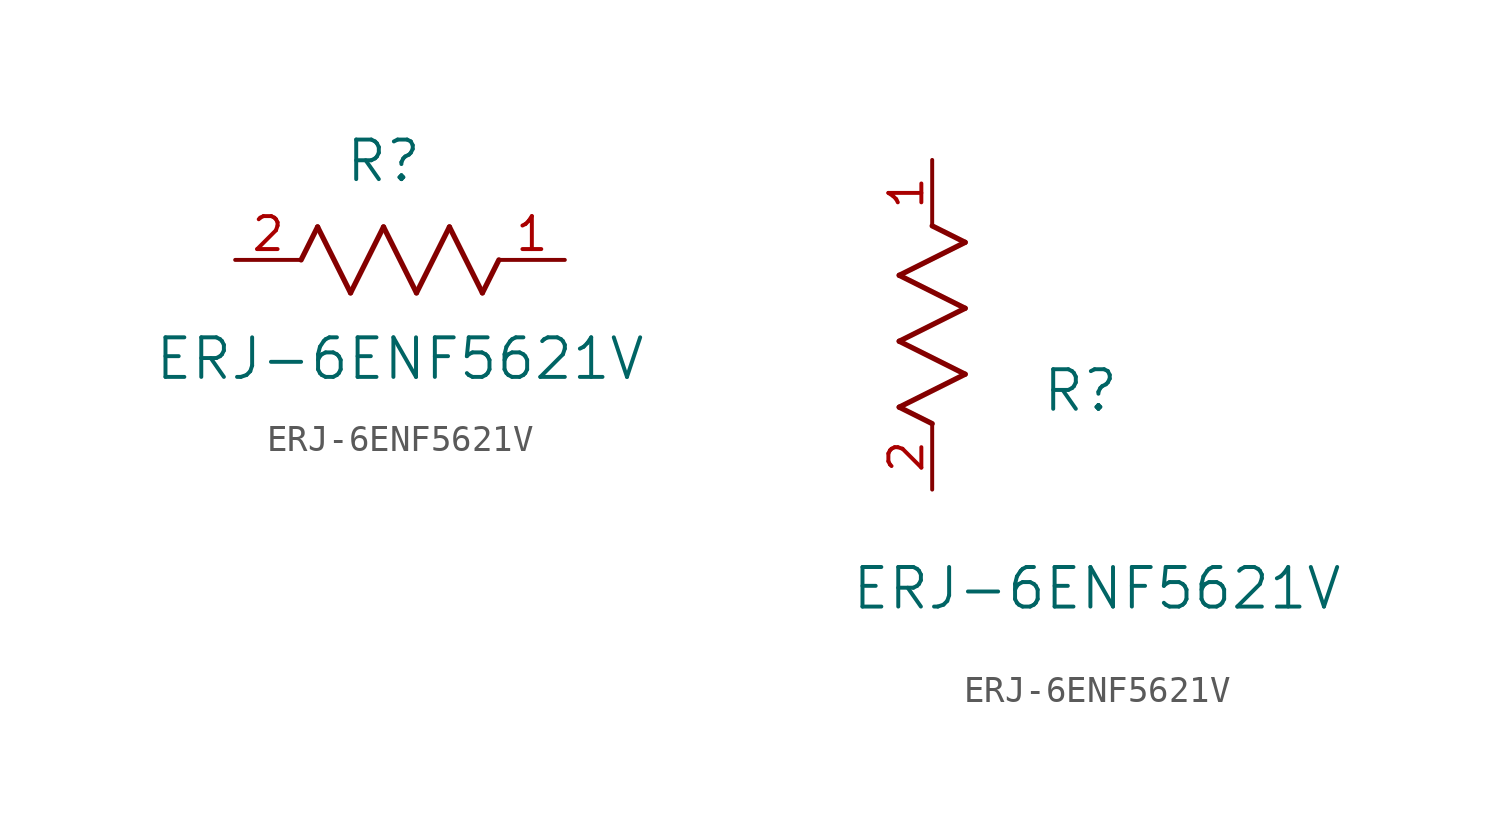
<source format=kicad_sym>
(kicad_symbol_lib
  (version 20211014)
  (generator kicad_symbol_editor)
  (symbol "ERJ-6ENF5621V"
    (pin_names
      (offset 0.254))
    (property "Reference" "R"
      (at 5.715 3.81 0)
      (effects (font (size 1.524 1.524))))
    (property "Value" "ERJ-6ENF5621V"
      (at 6.35 -3.81 0)
      (effects (font (size 1.524 1.524))))
    (symbol "ERJ-6ENF5621V_1_1"
      (polyline (pts (xy 3.175 1.27) (xy 4.445 -1.27)) (stroke (width 0.203) (type default) (color 0 0 0 0)) (fill (type none)))
      (polyline (pts (xy 4.445 -1.27) (xy 5.715 1.27)) (stroke (width 0.203) (type default) (color 0 0 0 0)) (fill (type none)))
      (polyline (pts (xy 5.715 1.27) (xy 6.985 -1.27)) (stroke (width 0.203) (type default) (color 0 0 0 0)) (fill (type none)))
      (polyline (pts (xy 6.985 -1.27) (xy 8.255 1.27)) (stroke (width 0.203) (type default) (color 0 0 0 0)) (fill (type none)))
      (polyline (pts (xy 8.255 1.27) (xy 9.525 -1.27)) (stroke (width 0.203) (type default) (color 0 0 0 0)) (fill (type none)))
      (polyline (pts (xy 2.54 0) (xy 3.175 1.27)) (stroke (width 0.203) (type default) (color 0 0 0 0)) (fill (type none)))
      (polyline (pts (xy 9.525 -1.27) (xy 10.16 0)) (stroke (width 0.203) (type default) (color 0 0 0 0)) (fill (type none)))
      (pin unspecified line (at 12.7 0 180) (length 2.54) (name "" (effects (font (size 1.27 1.27)))) (number "1" (effects (font (size 1.27 1.27)))))
      (pin unspecified line (at 0 0 0) (length 2.54) (name "" (effects (font (size 1.27 1.27)))) (number "2" (effects (font (size 1.27 1.27))))))
    (symbol "ERJ-6ENF5621V_1_2"
      (polyline (pts (xy 0 2.54) (xy -1.27 3.175)) (stroke (width 0.203) (type default) (color 0 0 0 0)) (fill (type none)))
      (polyline (pts (xy -1.27 3.175) (xy 1.27 4.445)) (stroke (width 0.203) (type default) (color 0 0 0 0)) (fill (type none)))
      (polyline (pts (xy 1.27 4.445) (xy -1.27 5.715)) (stroke (width 0.203) (type default) (color 0 0 0 0)) (fill (type none)))
      (polyline (pts (xy -1.27 5.715) (xy 1.27 6.985)) (stroke (width 0.203) (type default) (color 0 0 0 0)) (fill (type none)))
      (polyline (pts (xy -1.27 8.255) (xy 1.27 9.525)) (stroke (width 0.203) (type default) (color 0 0 0 0)) (fill (type none)))
      (polyline (pts (xy 1.27 9.525) (xy 0 10.16)) (stroke (width 0.203) (type default) (color 0 0 0 0)) (fill (type none)))
      (polyline (pts (xy 1.27 6.985) (xy -1.27 8.255)) (stroke (width 0.203) (type default) (color 0 0 0 0)) (fill (type none)))
      (pin unspecified line (at 0 12.7 270) (length 2.54) (name "" (effects (font (size 1.27 1.27)))) (number "1" (effects (font (size 1.27 1.27)))))
      (pin unspecified line (at 0 0 90) (length 2.54) (name "" (effects (font (size 1.27 1.27)))) (number "2" (effects (font (size 1.27 1.27))))))))
</source>
